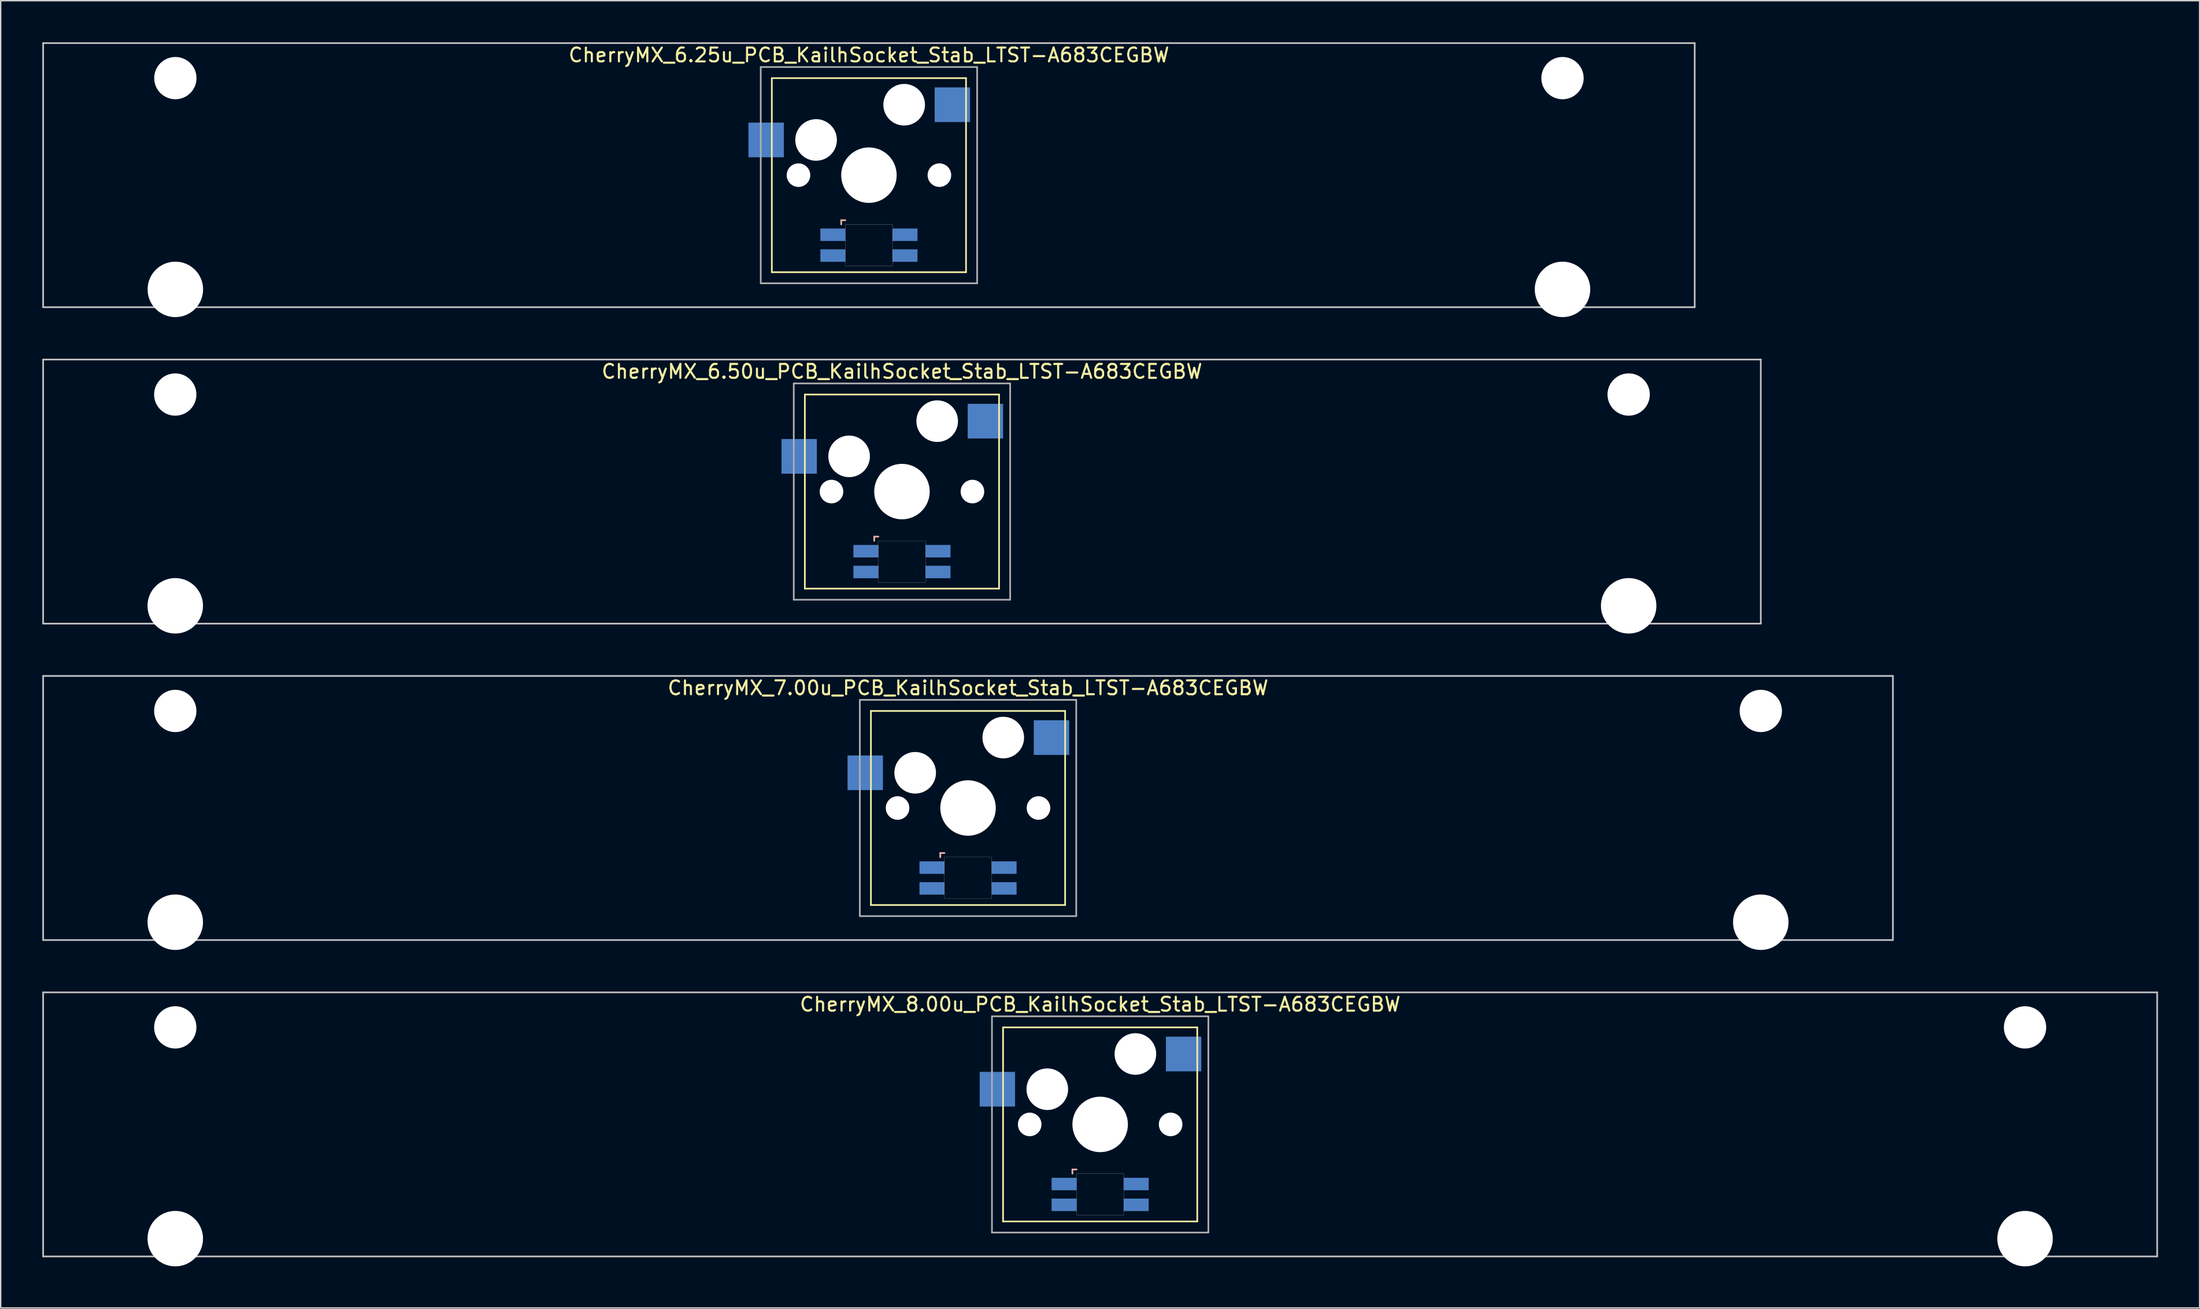
<source format=kicad_pcb>
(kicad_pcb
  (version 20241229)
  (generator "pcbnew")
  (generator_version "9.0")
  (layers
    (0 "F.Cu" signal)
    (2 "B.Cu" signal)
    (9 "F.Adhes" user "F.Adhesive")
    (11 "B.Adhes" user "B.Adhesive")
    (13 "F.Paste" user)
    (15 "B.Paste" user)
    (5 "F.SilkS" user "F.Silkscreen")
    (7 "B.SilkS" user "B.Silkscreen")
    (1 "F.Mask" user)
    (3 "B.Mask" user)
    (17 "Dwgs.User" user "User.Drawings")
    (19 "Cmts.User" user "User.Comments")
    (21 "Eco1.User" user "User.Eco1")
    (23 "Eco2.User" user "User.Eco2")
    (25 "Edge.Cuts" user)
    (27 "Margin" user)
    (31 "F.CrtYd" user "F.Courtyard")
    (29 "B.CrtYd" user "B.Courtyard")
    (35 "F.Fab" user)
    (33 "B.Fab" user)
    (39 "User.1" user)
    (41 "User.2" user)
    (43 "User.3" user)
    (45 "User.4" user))
  (footprint "CherryMX_6.50u_PCB_KailhSocket_Stab_LTST-A683CEGBW"
    (layer "F.Cu")
    (at 61.972 32.41)
    (property "Reference" "CherryMX_6.50u_PCB_KailhSocket_Stab_LTST-A683CEGBW" (at 0 -8.662 0) (layer "F.SilkS") (effects (font (size 1 1) (thickness 0.15))))
    (attr through_hole)
    (fp_line (start -7 -7) (end -7 7) (stroke (width 0.12) (type solid)) (layer "F.SilkS"))
    (fp_line (start -7 -7) (end 7 -7) (stroke (width 0.12) (type solid)) (layer "F.SilkS"))
    (fp_line (start 7 -7) (end 7 7) (stroke (width 0.12) (type solid)) (layer "F.SilkS"))
    (fp_line (start 7 7) (end -7 7) (stroke (width 0.12) (type solid)) (layer "F.SilkS"))
    (fp_line (start -2 3.25) (end -2 3.55) (stroke (width 0.12) (type solid)) (layer "B.SilkS"))
    (fp_line (start -1.7 3.25) (end -2 3.25) (stroke (width 0.12) (type solid)) (layer "B.SilkS"))
    (fp_line (start -61.913 -9.525) (end 61.913 -9.525) (stroke (width 0.12) (type solid)) (layer "Dwgs.User"))
    (fp_line (start -61.913 9.525) (end -61.913 -9.525) (stroke (width 0.12) (type solid)) (layer "Dwgs.User"))
    (fp_line (start 61.913 -9.525) (end 61.913 9.525) (stroke (width 0.12) (type solid)) (layer "Dwgs.User"))
    (fp_line (start 61.913 9.525) (end -61.913 9.525) (stroke (width 0.12) (type solid)) (layer "Dwgs.User"))
    (fp_poly (pts (xy 1.7 6.55) (xy -1.7 6.55) (xy -1.7 3.55) (xy 1.7 3.55)) (stroke (width 0.01) (type solid)) (fill no) (layer "Edge.Cuts"))
    (fp_line (start -7.8 -7.8) (end -7.8 7.8) (stroke (width 0.12) (type solid)) (layer "F.Fab"))
    (fp_line (start -7.8 -7.8) (end 7.8 -7.8) (stroke (width 0.12) (type solid)) (layer "F.Fab"))
    (fp_line (start -7.8 7.8) (end 7.8 7.8) (stroke (width 0.12) (type solid)) (layer "F.Fab"))
    (fp_line (start 7.8 -7.8) (end 7.8 7.8) (stroke (width 0.12) (type solid)) (layer "F.Fab"))
    (pad "" np_thru_hole circle (at -52.388 -7) (size 3.05 3.05) (drill 3.05) (layers "*.Cu" "*.Mask"))
    (pad "" np_thru_hole circle (at -52.388 8.24) (size 4 4) (drill 4) (layers "*.Cu" "*.Mask"))
    (pad "" np_thru_hole circle (at -5.08 0) (size 1.7 1.7) (drill 1.7) (layers "*.Cu" "*.Mask"))
    (pad "" np_thru_hole circle (at -3.81 -2.54) (size 3 3) (drill 3) (layers "*.Cu" "*.Mask"))
    (pad "" np_thru_hole circle (at 0 0) (size 4 4) (drill 4) (layers "*.Cu" "*.Mask"))
    (pad "" np_thru_hole circle (at 2.54 -5.08) (size 3 3) (drill 3) (layers "*.Cu" "*.Mask"))
    (pad "" np_thru_hole circle (at 5.08 0) (size 1.7 1.7) (drill 1.7) (layers "*.Cu" "*.Mask"))
    (pad "" np_thru_hole circle (at 52.388 -7) (size 3.05 3.05) (drill 3.05) (layers "*.Cu" "*.Mask"))
    (pad "" np_thru_hole circle (at 52.388 8.24) (size 4 4) (drill 4) (layers "*.Cu" "*.Mask"))
    (pad "1" smd rect (at -7.41 -2.54) (size 2.55 2.5) (layers "B.Cu" "B.Mask" "B.Paste"))
    (pad "2" smd rect (at 6.015 -5.08) (size 2.55 2.5) (layers "B.Cu" "B.Mask" "B.Paste"))
    (pad "3" smd rect (at -2.6 4.3) (size 1.8 0.9) (layers "B.Cu" "B.Mask" "B.Paste"))
    (pad "4" smd rect (at -2.6 5.8) (size 1.8 0.9) (layers "B.Cu" "B.Mask" "B.Paste"))
    (pad "5" smd rect (at 2.6 4.3) (size 1.8 0.9) (layers "B.Cu" "B.Mask" "B.Paste"))
    (pad "6" smd rect (at 2.6 5.8) (size 1.8 0.9) (layers "B.Cu" "B.Mask" "B.Paste")))
  (footprint "CherryMX_7.00u_PCB_KailhSocket_Stab_LTST-A683CEGBW"
    (layer "F.Cu")
    (at 66.735 55.235)
    (property "Reference" "CherryMX_7.00u_PCB_KailhSocket_Stab_LTST-A683CEGBW" (at 0 -8.662 0) (layer "F.SilkS") (effects (font (size 1 1) (thickness 0.15))))
    (attr through_hole)
    (fp_line (start -7 -7) (end -7 7) (stroke (width 0.12) (type solid)) (layer "F.SilkS"))
    (fp_line (start -7 -7) (end 7 -7) (stroke (width 0.12) (type solid)) (layer "F.SilkS"))
    (fp_line (start 7 -7) (end 7 7) (stroke (width 0.12) (type solid)) (layer "F.SilkS"))
    (fp_line (start 7 7) (end -7 7) (stroke (width 0.12) (type solid)) (layer "F.SilkS"))
    (fp_line (start -2 3.25) (end -2 3.55) (stroke (width 0.12) (type solid)) (layer "B.SilkS"))
    (fp_line (start -1.7 3.25) (end -2 3.25) (stroke (width 0.12) (type solid)) (layer "B.SilkS"))
    (fp_line (start -66.675 -9.525) (end 66.675 -9.525) (stroke (width 0.12) (type solid)) (layer "Dwgs.User"))
    (fp_line (start -66.675 9.525) (end -66.675 -9.525) (stroke (width 0.12) (type solid)) (layer "Dwgs.User"))
    (fp_line (start 66.675 -9.525) (end 66.675 9.525) (stroke (width 0.12) (type solid)) (layer "Dwgs.User"))
    (fp_line (start 66.675 9.525) (end -66.675 9.525) (stroke (width 0.12) (type solid)) (layer "Dwgs.User"))
    (fp_poly (pts (xy 1.7 6.55) (xy -1.7 6.55) (xy -1.7 3.55) (xy 1.7 3.55)) (stroke (width 0.01) (type solid)) (fill no) (layer "Edge.Cuts"))
    (fp_line (start -7.8 -7.8) (end -7.8 7.8) (stroke (width 0.12) (type solid)) (layer "F.Fab"))
    (fp_line (start -7.8 -7.8) (end 7.8 -7.8) (stroke (width 0.12) (type solid)) (layer "F.Fab"))
    (fp_line (start -7.8 7.8) (end 7.8 7.8) (stroke (width 0.12) (type solid)) (layer "F.Fab"))
    (fp_line (start 7.8 -7.8) (end 7.8 7.8) (stroke (width 0.12) (type solid)) (layer "F.Fab"))
    (pad "" np_thru_hole circle (at -57.15 -7) (size 3.05 3.05) (drill 3.05) (layers "*.Cu" "*.Mask"))
    (pad "" np_thru_hole circle (at -57.15 8.24) (size 4 4) (drill 4) (layers "*.Cu" "*.Mask"))
    (pad "" np_thru_hole circle (at -5.08 0) (size 1.7 1.7) (drill 1.7) (layers "*.Cu" "*.Mask"))
    (pad "" np_thru_hole circle (at -3.81 -2.54) (size 3 3) (drill 3) (layers "*.Cu" "*.Mask"))
    (pad "" np_thru_hole circle (at 0 0) (size 4 4) (drill 4) (layers "*.Cu" "*.Mask"))
    (pad "" np_thru_hole circle (at 2.54 -5.08) (size 3 3) (drill 3) (layers "*.Cu" "*.Mask"))
    (pad "" np_thru_hole circle (at 5.08 0) (size 1.7 1.7) (drill 1.7) (layers "*.Cu" "*.Mask"))
    (pad "" np_thru_hole circle (at 57.15 -7) (size 3.05 3.05) (drill 3.05) (layers "*.Cu" "*.Mask"))
    (pad "" np_thru_hole circle (at 57.15 8.24) (size 4 4) (drill 4) (layers "*.Cu" "*.Mask"))
    (pad "1" smd rect (at -7.41 -2.54) (size 2.55 2.5) (layers "B.Cu" "B.Mask" "B.Paste"))
    (pad "2" smd rect (at 6.015 -5.08) (size 2.55 2.5) (layers "B.Cu" "B.Mask" "B.Paste"))
    (pad "3" smd rect (at -2.6 4.3) (size 1.8 0.9) (layers "B.Cu" "B.Mask" "B.Paste"))
    (pad "4" smd rect (at -2.6 5.8) (size 1.8 0.9) (layers "B.Cu" "B.Mask" "B.Paste"))
    (pad "5" smd rect (at 2.6 4.3) (size 1.8 0.9) (layers "B.Cu" "B.Mask" "B.Paste"))
    (pad "6" smd rect (at 2.6 5.8) (size 1.8 0.9) (layers "B.Cu" "B.Mask" "B.Paste")))
  (footprint "CherryMX_8.00u_PCB_KailhSocket_Stab_LTST-A683CEGBW"
    (layer "F.Cu")
    (at 76.26 78.06)
    (property "Reference" "CherryMX_8.00u_PCB_KailhSocket_Stab_LTST-A683CEGBW" (at 0 -8.662 0) (layer "F.SilkS") (effects (font (size 1 1) (thickness 0.15))))
    (attr through_hole)
    (fp_line (start -7 -7) (end -7 7) (stroke (width 0.12) (type solid)) (layer "F.SilkS"))
    (fp_line (start -7 -7) (end 7 -7) (stroke (width 0.12) (type solid)) (layer "F.SilkS"))
    (fp_line (start 7 -7) (end 7 7) (stroke (width 0.12) (type solid)) (layer "F.SilkS"))
    (fp_line (start 7 7) (end -7 7) (stroke (width 0.12) (type solid)) (layer "F.SilkS"))
    (fp_line (start -2 3.25) (end -2 3.55) (stroke (width 0.12) (type solid)) (layer "B.SilkS"))
    (fp_line (start -1.7 3.25) (end -2 3.25) (stroke (width 0.12) (type solid)) (layer "B.SilkS"))
    (fp_line (start -76.2 -9.525) (end 76.2 -9.525) (stroke (width 0.12) (type solid)) (layer "Dwgs.User"))
    (fp_line (start -76.2 9.525) (end -76.2 -9.525) (stroke (width 0.12) (type solid)) (layer "Dwgs.User"))
    (fp_line (start 76.2 -9.525) (end 76.2 9.525) (stroke (width 0.12) (type solid)) (layer "Dwgs.User"))
    (fp_line (start 76.2 9.525) (end -76.2 9.525) (stroke (width 0.12) (type solid)) (layer "Dwgs.User"))
    (fp_poly (pts (xy 1.7 6.55) (xy -1.7 6.55) (xy -1.7 3.55) (xy 1.7 3.55)) (stroke (width 0.01) (type solid)) (fill no) (layer "Edge.Cuts"))
    (fp_line (start -7.8 -7.8) (end -7.8 7.8) (stroke (width 0.12) (type solid)) (layer "F.Fab"))
    (fp_line (start -7.8 -7.8) (end 7.8 -7.8) (stroke (width 0.12) (type solid)) (layer "F.Fab"))
    (fp_line (start -7.8 7.8) (end 7.8 7.8) (stroke (width 0.12) (type solid)) (layer "F.Fab"))
    (fp_line (start 7.8 -7.8) (end 7.8 7.8) (stroke (width 0.12) (type solid)) (layer "F.Fab"))
    (pad "" np_thru_hole circle (at -66.675 -7) (size 3.05 3.05) (drill 3.05) (layers "*.Cu" "*.Mask"))
    (pad "" np_thru_hole circle (at -66.675 8.24) (size 4 4) (drill 4) (layers "*.Cu" "*.Mask"))
    (pad "" np_thru_hole circle (at -5.08 0) (size 1.7 1.7) (drill 1.7) (layers "*.Cu" "*.Mask"))
    (pad "" np_thru_hole circle (at -3.81 -2.54) (size 3 3) (drill 3) (layers "*.Cu" "*.Mask"))
    (pad "" np_thru_hole circle (at 0 0) (size 4 4) (drill 4) (layers "*.Cu" "*.Mask"))
    (pad "" np_thru_hole circle (at 2.54 -5.08) (size 3 3) (drill 3) (layers "*.Cu" "*.Mask"))
    (pad "" np_thru_hole circle (at 5.08 0) (size 1.7 1.7) (drill 1.7) (layers "*.Cu" "*.Mask"))
    (pad "" np_thru_hole circle (at 66.675 -7) (size 3.05 3.05) (drill 3.05) (layers "*.Cu" "*.Mask"))
    (pad "" np_thru_hole circle (at 66.675 8.24) (size 4 4) (drill 4) (layers "*.Cu" "*.Mask"))
    (pad "1" smd rect (at -7.41 -2.54) (size 2.55 2.5) (layers "B.Cu" "B.Mask" "B.Paste"))
    (pad "2" smd rect (at 6.015 -5.08) (size 2.55 2.5) (layers "B.Cu" "B.Mask" "B.Paste"))
    (pad "3" smd rect (at -2.6 4.3) (size 1.8 0.9) (layers "B.Cu" "B.Mask" "B.Paste"))
    (pad "4" smd rect (at -2.6 5.8) (size 1.8 0.9) (layers "B.Cu" "B.Mask" "B.Paste"))
    (pad "5" smd rect (at 2.6 4.3) (size 1.8 0.9) (layers "B.Cu" "B.Mask" "B.Paste"))
    (pad "6" smd rect (at 2.6 5.8) (size 1.8 0.9) (layers "B.Cu" "B.Mask" "B.Paste")))
  (footprint "CherryMX_6.25u_PCB_KailhSocket_Stab_LTST-A683CEGBW"
    (layer "F.Cu")
    (at 59.591 9.585)
    (property "Reference" "CherryMX_6.25u_PCB_KailhSocket_Stab_LTST-A683CEGBW" (at 0 -8.662 0) (layer "F.SilkS") (effects (font (size 1 1) (thickness 0.15))))
    (attr through_hole)
    (fp_line (start -7 -7) (end -7 7) (stroke (width 0.12) (type solid)) (layer "F.SilkS"))
    (fp_line (start -7 -7) (end 7 -7) (stroke (width 0.12) (type solid)) (layer "F.SilkS"))
    (fp_line (start 7 -7) (end 7 7) (stroke (width 0.12) (type solid)) (layer "F.SilkS"))
    (fp_line (start 7 7) (end -7 7) (stroke (width 0.12) (type solid)) (layer "F.SilkS"))
    (fp_line (start -2 3.25) (end -2 3.55) (stroke (width 0.12) (type solid)) (layer "B.SilkS"))
    (fp_line (start -1.7 3.25) (end -2 3.25) (stroke (width 0.12) (type solid)) (layer "B.SilkS"))
    (fp_line (start -59.531 -9.525) (end 59.531 -9.525) (stroke (width 0.12) (type solid)) (layer "Dwgs.User"))
    (fp_line (start -59.531 9.525) (end -59.531 -9.525) (stroke (width 0.12) (type solid)) (layer "Dwgs.User"))
    (fp_line (start 59.531 -9.525) (end 59.531 9.525) (stroke (width 0.12) (type solid)) (layer "Dwgs.User"))
    (fp_line (start 59.531 9.525) (end -59.531 9.525) (stroke (width 0.12) (type solid)) (layer "Dwgs.User"))
    (fp_poly (pts (xy 1.7 6.55) (xy -1.7 6.55) (xy -1.7 3.55) (xy 1.7 3.55)) (stroke (width 0.01) (type solid)) (fill no) (layer "Edge.Cuts"))
    (fp_line (start -7.8 -7.8) (end -7.8 7.8) (stroke (width 0.12) (type solid)) (layer "F.Fab"))
    (fp_line (start -7.8 -7.8) (end 7.8 -7.8) (stroke (width 0.12) (type solid)) (layer "F.Fab"))
    (fp_line (start -7.8 7.8) (end 7.8 7.8) (stroke (width 0.12) (type solid)) (layer "F.Fab"))
    (fp_line (start 7.8 -7.8) (end 7.8 7.8) (stroke (width 0.12) (type solid)) (layer "F.Fab"))
    (pad "" np_thru_hole circle (at -50 -7) (size 3.05 3.05) (drill 3.05) (layers "*.Cu" "*.Mask"))
    (pad "" np_thru_hole circle (at -50 8.24) (size 4 4) (drill 4) (layers "*.Cu" "*.Mask"))
    (pad "" np_thru_hole circle (at -5.08 0) (size 1.7 1.7) (drill 1.7) (layers "*.Cu" "*.Mask"))
    (pad "" np_thru_hole circle (at -3.81 -2.54) (size 3 3) (drill 3) (layers "*.Cu" "*.Mask"))
    (pad "" np_thru_hole circle (at 0 0) (size 4 4) (drill 4) (layers "*.Cu" "*.Mask"))
    (pad "" np_thru_hole circle (at 2.54 -5.08) (size 3 3) (drill 3) (layers "*.Cu" "*.Mask"))
    (pad "" np_thru_hole circle (at 5.08 0) (size 1.7 1.7) (drill 1.7) (layers "*.Cu" "*.Mask"))
    (pad "" np_thru_hole circle (at 50 -7) (size 3.05 3.05) (drill 3.05) (layers "*.Cu" "*.Mask"))
    (pad "" np_thru_hole circle (at 50 8.24) (size 4 4) (drill 4) (layers "*.Cu" "*.Mask"))
    (pad "1" smd rect (at -7.41 -2.54) (size 2.55 2.5) (layers "B.Cu" "B.Mask" "B.Paste"))
    (pad "2" smd rect (at 6.015 -5.08) (size 2.55 2.5) (layers "B.Cu" "B.Mask" "B.Paste"))
    (pad "3" smd rect (at -2.6 4.3) (size 1.8 0.9) (layers "B.Cu" "B.Mask" "B.Paste"))
    (pad "4" smd rect (at -2.6 5.8) (size 1.8 0.9) (layers "B.Cu" "B.Mask" "B.Paste"))
    (pad "5" smd rect (at 2.6 4.3) (size 1.8 0.9) (layers "B.Cu" "B.Mask" "B.Paste"))
    (pad "6" smd rect (at 2.6 5.8) (size 1.8 0.9) (layers "B.Cu" "B.Mask" "B.Paste")))
  (gr_rect
    (start -3 -3)
    (end 155.52 91.3)
    (stroke (width 0.1) (type default))
    (fill no)
    (layer "Edge.Cuts")))
</source>
